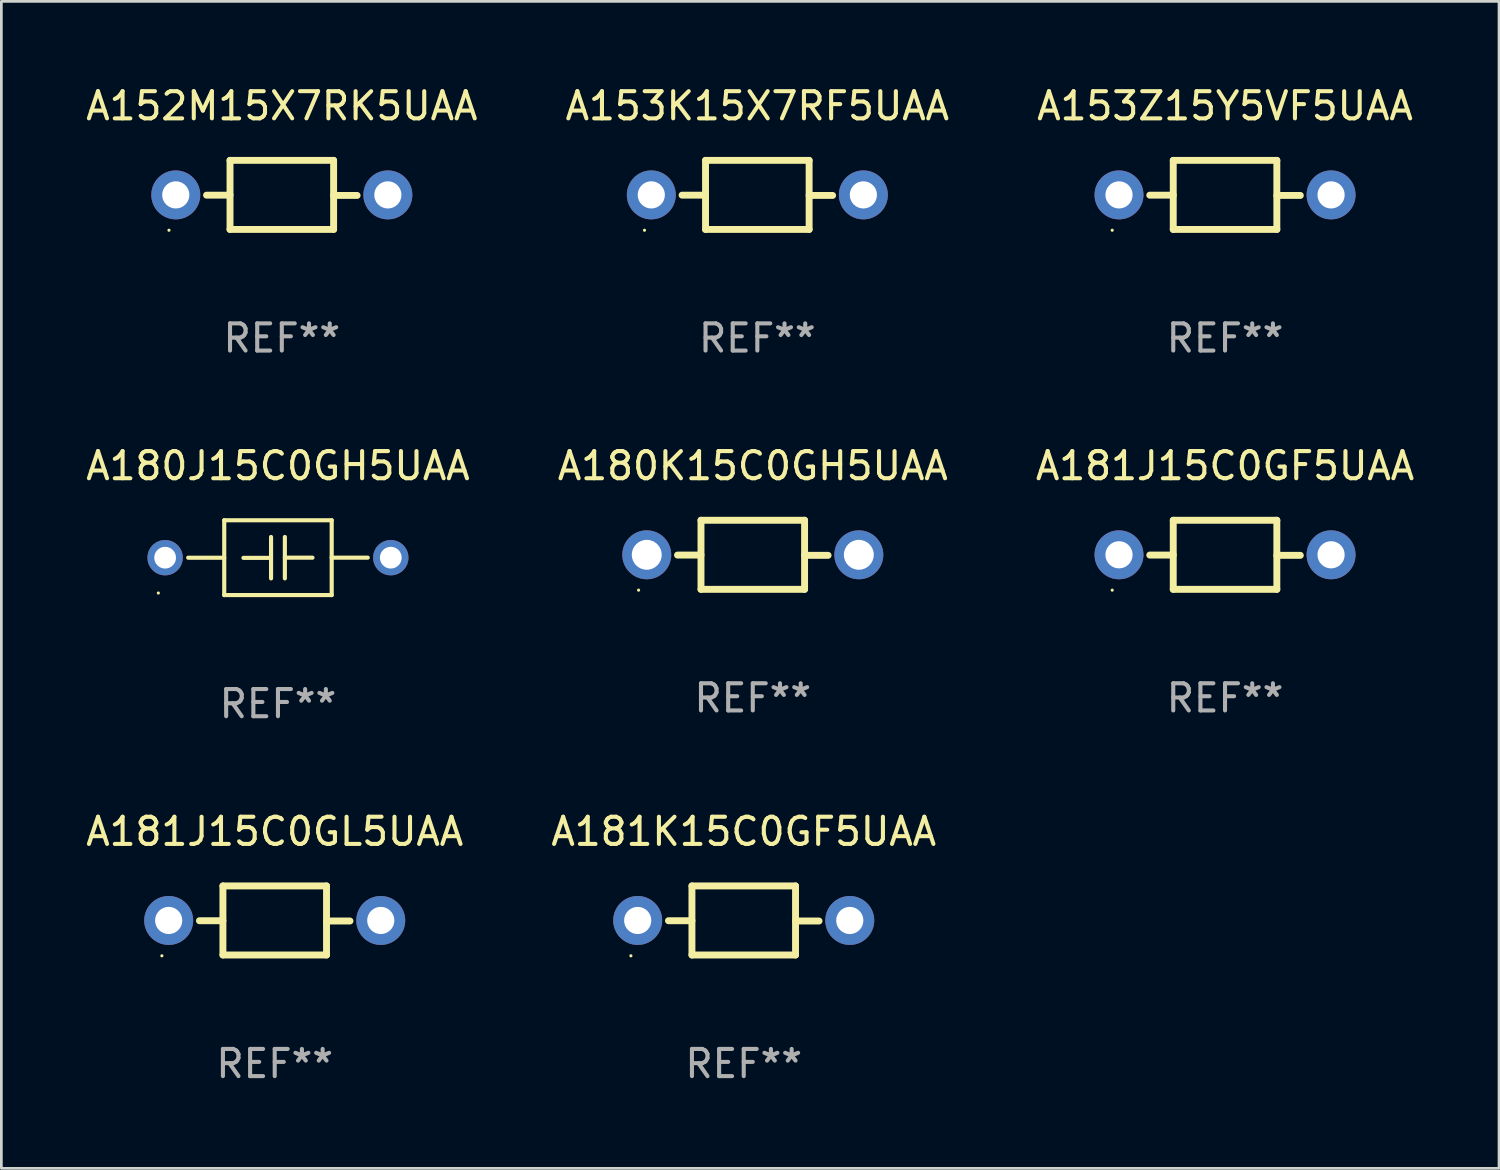
<source format=kicad_pcb>
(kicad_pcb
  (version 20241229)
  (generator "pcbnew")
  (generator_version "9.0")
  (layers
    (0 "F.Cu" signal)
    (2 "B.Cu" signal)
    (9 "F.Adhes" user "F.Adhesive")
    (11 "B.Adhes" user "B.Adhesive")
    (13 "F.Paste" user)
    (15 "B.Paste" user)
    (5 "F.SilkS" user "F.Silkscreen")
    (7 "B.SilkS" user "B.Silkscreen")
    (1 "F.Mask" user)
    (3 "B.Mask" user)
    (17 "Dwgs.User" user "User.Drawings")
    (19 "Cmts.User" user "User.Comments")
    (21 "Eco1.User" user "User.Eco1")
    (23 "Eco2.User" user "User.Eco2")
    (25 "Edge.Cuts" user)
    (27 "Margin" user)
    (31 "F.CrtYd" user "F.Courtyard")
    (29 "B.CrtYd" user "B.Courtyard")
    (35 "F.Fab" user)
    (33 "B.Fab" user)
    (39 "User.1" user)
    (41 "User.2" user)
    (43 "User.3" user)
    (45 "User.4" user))
  (footprint "A153Z15Y5VF5UAA"
    (layer "F.Cu")
    (at 42.006 4.118)
    (property "Reference" "A153Z15Y5VF5UAA" (at 0 -3.27 0) (layer "F.SilkS") (effects (font (size 1 1) (thickness 0.15))))
    (attr through_hole)
    (fp_line (start -1.905 -1.27) (end -1.905 1.27) (stroke (width 0.254) (type solid)) (layer "F.SilkS"))
    (fp_line (start -1.905 0.01) (end -2.769 0.01) (stroke (width 0.254) (type solid)) (layer "F.SilkS"))
    (fp_line (start -1.905 1.27) (end 1.905 1.27) (stroke (width 0.254) (type solid)) (layer "F.SilkS"))
    (fp_line (start 1.905 -1.27) (end -1.905 -1.27) (stroke (width 0.254) (type solid)) (layer "F.SilkS"))
    (fp_line (start 1.905 0.02) (end 2.769 0.02) (stroke (width 0.254) (type solid)) (layer "F.SilkS"))
    (fp_line (start 1.905 1.27) (end 1.905 -1.27) (stroke (width 0.254) (type solid)) (layer "F.SilkS"))
    (fp_circle (center -4.15 1.3) (end -4.12 1.3) (stroke (width 0.06) (type solid)) (fill no) (layer "F.SilkS"))
    (fp_text user "REF**" (at 0 5.27 0) (layer "F.Fab") (effects (font (size 1 1) (thickness 0.15))))
    (pad "1" thru_hole circle (at -3.9 0) (size 1.8 1.8) (drill 1) (layers "*.Cu" "*.Mask"))
    (pad "2" thru_hole circle (at 3.9 0) (size 1.8 1.8) (drill 1) (layers "*.Cu" "*.Mask")))
  (footprint "A181J15C0GL5UAA"
    (layer "F.Cu")
    (at 7.054 30.804)
    (property "Reference" "A181J15C0GL5UAA" (at 0 -3.27 0) (layer "F.SilkS") (effects (font (size 1 1) (thickness 0.15))))
    (attr through_hole)
    (fp_line (start -1.905 -1.27) (end -1.905 1.27) (stroke (width 0.254) (type solid)) (layer "F.SilkS"))
    (fp_line (start -1.905 0.01) (end -2.769 0.01) (stroke (width 0.254) (type solid)) (layer "F.SilkS"))
    (fp_line (start -1.905 1.27) (end 1.905 1.27) (stroke (width 0.254) (type solid)) (layer "F.SilkS"))
    (fp_line (start 1.905 -1.27) (end -1.905 -1.27) (stroke (width 0.254) (type solid)) (layer "F.SilkS"))
    (fp_line (start 1.905 0.02) (end 2.769 0.02) (stroke (width 0.254) (type solid)) (layer "F.SilkS"))
    (fp_line (start 1.905 1.27) (end 1.905 -1.27) (stroke (width 0.254) (type solid)) (layer "F.SilkS"))
    (fp_circle (center -4.15 1.3) (end -4.12 1.3) (stroke (width 0.06) (type solid)) (fill no) (layer "F.SilkS"))
    (fp_text user "REF**" (at 0 5.27 0) (layer "F.Fab") (effects (font (size 1 1) (thickness 0.15))))
    (pad "1" thru_hole circle (at -3.9 0) (size 1.8 1.8) (drill 1) (layers "*.Cu" "*.Mask"))
    (pad "2" thru_hole circle (at 3.9 0) (size 1.8 1.8) (drill 1) (layers "*.Cu" "*.Mask")))
  (footprint "A181K15C0GF5UAA"
    (layer "F.Cu")
    (at 24.304 30.804)
    (property "Reference" "A181K15C0GF5UAA" (at 0 -3.27 0) (layer "F.SilkS") (effects (font (size 1 1) (thickness 0.15))))
    (attr through_hole)
    (fp_line (start -1.905 -1.27) (end -1.905 1.27) (stroke (width 0.254) (type solid)) (layer "F.SilkS"))
    (fp_line (start -1.905 0.01) (end -2.769 0.01) (stroke (width 0.254) (type solid)) (layer "F.SilkS"))
    (fp_line (start -1.905 1.27) (end 1.905 1.27) (stroke (width 0.254) (type solid)) (layer "F.SilkS"))
    (fp_line (start 1.905 -1.27) (end -1.905 -1.27) (stroke (width 0.254) (type solid)) (layer "F.SilkS"))
    (fp_line (start 1.905 0.02) (end 2.769 0.02) (stroke (width 0.254) (type solid)) (layer "F.SilkS"))
    (fp_line (start 1.905 1.27) (end 1.905 -1.27) (stroke (width 0.254) (type solid)) (layer "F.SilkS"))
    (fp_circle (center -4.15 1.3) (end -4.12 1.3) (stroke (width 0.06) (type solid)) (fill no) (layer "F.SilkS"))
    (fp_text user "REF**" (at 0 5.27 0) (layer "F.Fab") (effects (font (size 1 1) (thickness 0.15))))
    (pad "1" thru_hole circle (at -3.9 0) (size 1.8 1.8) (drill 1) (layers "*.Cu" "*.Mask"))
    (pad "2" thru_hole circle (at 3.9 0) (size 1.8 1.8) (drill 1) (layers "*.Cu" "*.Mask")))
  (footprint "A180K15C0GH5UAA"
    (layer "F.Cu")
    (at 24.637 17.355)
    (property "Reference" "A180K15C0GH5UAA" (at 0 -3.27 0) (layer "F.SilkS") (effects (font (size 1 1) (thickness 0.15))))
    (attr through_hole)
    (fp_line (start -1.905 -1.27) (end -1.905 1.27) (stroke (width 0.254) (type solid)) (layer "F.SilkS"))
    (fp_line (start -1.905 0.01) (end -2.769 0.01) (stroke (width 0.254) (type solid)) (layer "F.SilkS"))
    (fp_line (start -1.905 1.27) (end 1.905 1.27) (stroke (width 0.254) (type solid)) (layer "F.SilkS"))
    (fp_line (start 1.905 -1.27) (end -1.905 -1.27) (stroke (width 0.254) (type solid)) (layer "F.SilkS"))
    (fp_line (start 1.905 0.02) (end 2.769 0.02) (stroke (width 0.254) (type solid)) (layer "F.SilkS"))
    (fp_line (start 1.905 1.27) (end 1.905 -1.27) (stroke (width 0.254) (type solid)) (layer "F.SilkS"))
    (fp_circle (center -4.201 1.3) (end -4.171 1.3) (stroke (width 0.06) (type solid)) (fill no) (layer "F.SilkS"))
    (fp_text user "REF**" (at 0 5.27 0) (layer "F.Fab") (effects (font (size 1 1) (thickness 0.15))))
    (pad "1" thru_hole circle (at -3.9 0) (size 1.8 1.8) (drill 1.1) (layers "*.Cu" "*.Mask"))
    (pad "2" thru_hole circle (at 3.9 0) (size 1.8 1.8) (drill 1.1) (layers "*.Cu" "*.Mask")))
  (footprint "A180J15C0GH5UAA"
    (layer "F.Cu")
    (at 7.173 17.461)
    (property "Reference" "A180J15C0GH5UAA" (at 0 -3.376 0) (layer "F.SilkS") (effects (font (size 1 1) (thickness 0.15))))
    (attr through_hole)
    (fp_line (start -1.976 -1.376) (end 1.976 -1.376) (stroke (width 0.152) (type solid)) (layer "F.SilkS"))
    (fp_line (start -1.976 0.001) (end -3.302 0.001) (stroke (width 0.152) (type solid)) (layer "F.SilkS"))
    (fp_line (start -1.976 1.376) (end -1.976 -1.376) (stroke (width 0.152) (type solid)) (layer "F.SilkS"))
    (fp_line (start -0.254 -0.762) (end -0.254 0.762) (stroke (width 0.152) (type solid)) (layer "F.SilkS"))
    (fp_line (start -0.254 0.007) (end -1.27 0.007) (stroke (width 0.152) (type solid)) (layer "F.SilkS"))
    (fp_line (start 0.254 -0.762) (end 0.254 0.762) (stroke (width 0.152) (type solid)) (layer "F.SilkS"))
    (fp_line (start 0.254 0) (end 1.27 0) (stroke (width 0.152) (type solid)) (layer "F.SilkS"))
    (fp_line (start 1.976 -1.376) (end 1.976 1.376) (stroke (width 0.152) (type solid)) (layer "F.SilkS"))
    (fp_line (start 1.976 -0.001) (end 3.302 -0.001) (stroke (width 0.152) (type solid)) (layer "F.SilkS"))
    (fp_line (start 1.976 1.376) (end -1.976 1.376) (stroke (width 0.152) (type solid)) (layer "F.SilkS"))
    (fp_circle (center -4.4 1.3) (end -4.37 1.3) (stroke (width 0.06) (type solid)) (fill no) (layer "F.SilkS"))
    (fp_text user "REF**" (at 0 5.376 0) (layer "F.Fab") (effects (font (size 1 1) (thickness 0.15))))
    (pad "1" thru_hole circle (at -4.15 0) (size 1.3 1.3) (drill 0.8) (layers "*.Cu" "*.Mask"))
    (pad "2" thru_hole circle (at 4.15 0) (size 1.3 1.3) (drill 0.8) (layers "*.Cu" "*.Mask")))
  (footprint "A181J15C0GF5UAA"
    (layer "F.Cu")
    (at 42.006 17.355)
    (property "Reference" "A181J15C0GF5UAA" (at 0 -3.27 0) (layer "F.SilkS") (effects (font (size 1 1) (thickness 0.15))))
    (attr through_hole)
    (fp_line (start -1.905 -1.27) (end -1.905 1.27) (stroke (width 0.254) (type solid)) (layer "F.SilkS"))
    (fp_line (start -1.905 0.01) (end -2.769 0.01) (stroke (width 0.254) (type solid)) (layer "F.SilkS"))
    (fp_line (start -1.905 1.27) (end 1.905 1.27) (stroke (width 0.254) (type solid)) (layer "F.SilkS"))
    (fp_line (start 1.905 -1.27) (end -1.905 -1.27) (stroke (width 0.254) (type solid)) (layer "F.SilkS"))
    (fp_line (start 1.905 0.02) (end 2.769 0.02) (stroke (width 0.254) (type solid)) (layer "F.SilkS"))
    (fp_line (start 1.905 1.27) (end 1.905 -1.27) (stroke (width 0.254) (type solid)) (layer "F.SilkS"))
    (fp_circle (center -4.15 1.3) (end -4.12 1.3) (stroke (width 0.06) (type solid)) (fill no) (layer "F.SilkS"))
    (fp_text user "REF**" (at 0 5.27 0) (layer "F.Fab") (effects (font (size 1 1) (thickness 0.15))))
    (pad "1" thru_hole circle (at -3.9 0) (size 1.8 1.8) (drill 1) (layers "*.Cu" "*.Mask"))
    (pad "2" thru_hole circle (at 3.9 0) (size 1.8 1.8) (drill 1) (layers "*.Cu" "*.Mask")))
  (footprint "A152M15X7RK5UAA"
    (layer "F.Cu")
    (at 7.315 4.118)
    (property "Reference" "A152M15X7RK5UAA" (at 0 -3.27 0) (layer "F.SilkS") (effects (font (size 1 1) (thickness 0.15))))
    (attr through_hole)
    (fp_line (start -1.905 -1.27) (end -1.905 1.27) (stroke (width 0.254) (type solid)) (layer "F.SilkS"))
    (fp_line (start -1.905 0.01) (end -2.769 0.01) (stroke (width 0.254) (type solid)) (layer "F.SilkS"))
    (fp_line (start -1.905 1.27) (end 1.905 1.27) (stroke (width 0.254) (type solid)) (layer "F.SilkS"))
    (fp_line (start 1.905 -1.27) (end -1.905 -1.27) (stroke (width 0.254) (type solid)) (layer "F.SilkS"))
    (fp_line (start 1.905 0.02) (end 2.769 0.02) (stroke (width 0.254) (type solid)) (layer "F.SilkS"))
    (fp_line (start 1.905 1.27) (end 1.905 -1.27) (stroke (width 0.254) (type solid)) (layer "F.SilkS"))
    (fp_circle (center -4.15 1.3) (end -4.12 1.3) (stroke (width 0.06) (type solid)) (fill no) (layer "F.SilkS"))
    (fp_text user "REF**" (at 0 5.27 0) (layer "F.Fab") (effects (font (size 1 1) (thickness 0.15))))
    (pad "1" thru_hole circle (at -3.9 0) (size 1.8 1.8) (drill 1) (layers "*.Cu" "*.Mask"))
    (pad "2" thru_hole circle (at 3.9 0) (size 1.8 1.8) (drill 1) (layers "*.Cu" "*.Mask")))
  (footprint "A153K15X7RF5UAA"
    (layer "F.Cu")
    (at 24.804 4.118)
    (property "Reference" "A153K15X7RF5UAA" (at 0 -3.27 0) (layer "F.SilkS") (effects (font (size 1 1) (thickness 0.15))))
    (attr through_hole)
    (fp_line (start -1.905 -1.27) (end -1.905 1.27) (stroke (width 0.254) (type solid)) (layer "F.SilkS"))
    (fp_line (start -1.905 0.01) (end -2.769 0.01) (stroke (width 0.254) (type solid)) (layer "F.SilkS"))
    (fp_line (start -1.905 1.27) (end 1.905 1.27) (stroke (width 0.254) (type solid)) (layer "F.SilkS"))
    (fp_line (start 1.905 -1.27) (end -1.905 -1.27) (stroke (width 0.254) (type solid)) (layer "F.SilkS"))
    (fp_line (start 1.905 0.02) (end 2.769 0.02) (stroke (width 0.254) (type solid)) (layer "F.SilkS"))
    (fp_line (start 1.905 1.27) (end 1.905 -1.27) (stroke (width 0.254) (type solid)) (layer "F.SilkS"))
    (fp_circle (center -4.15 1.3) (end -4.12 1.3) (stroke (width 0.06) (type solid)) (fill no) (layer "F.SilkS"))
    (fp_text user "REF**" (at 0 5.27 0) (layer "F.Fab") (effects (font (size 1 1) (thickness 0.15))))
    (pad "1" thru_hole circle (at -3.9 0) (size 1.8 1.8) (drill 1) (layers "*.Cu" "*.Mask"))
    (pad "2" thru_hole circle (at 3.9 0) (size 1.8 1.8) (drill 1) (layers "*.Cu" "*.Mask")))
  (gr_rect
    (start -3 -3)
    (end 52.083 39.922)
    (stroke (width 0.1) (type default))
    (fill no)
    (layer "Edge.Cuts")))
</source>
